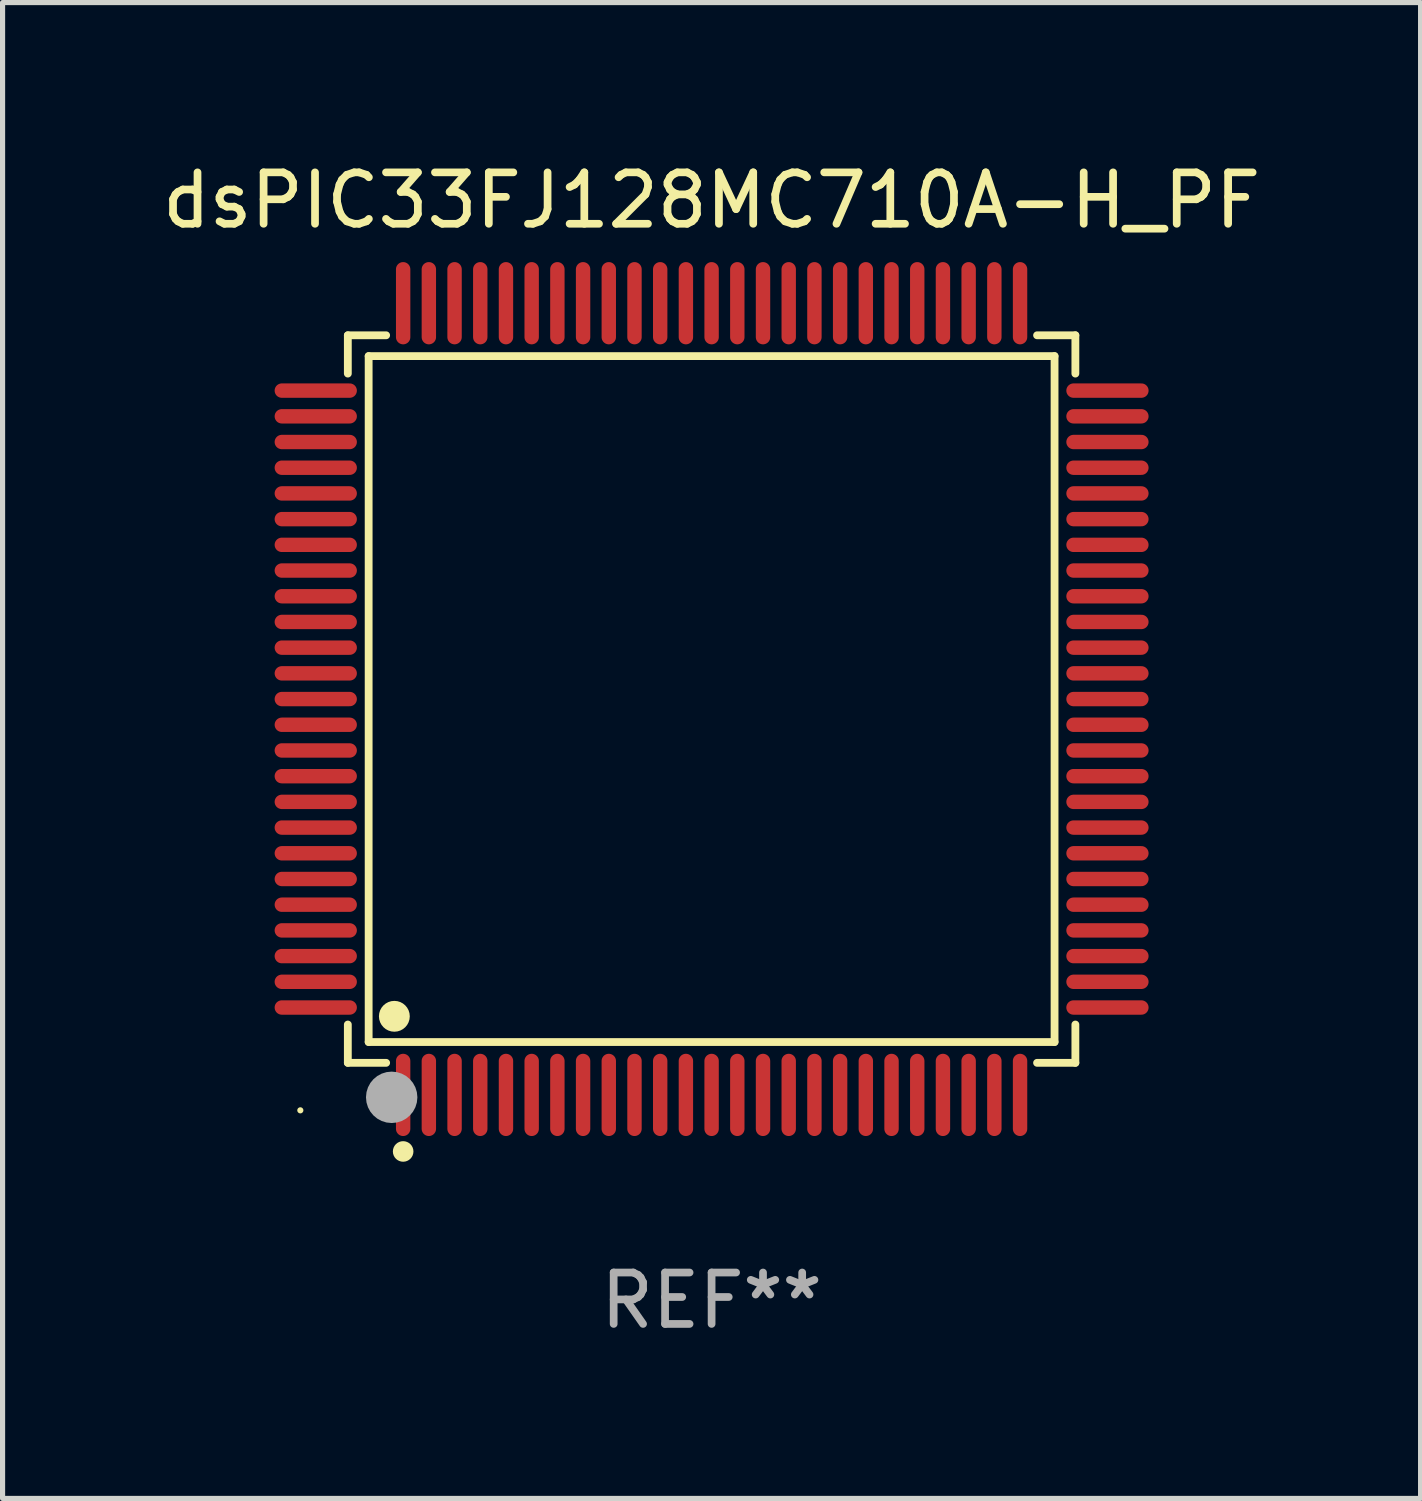
<source format=kicad_pcb>
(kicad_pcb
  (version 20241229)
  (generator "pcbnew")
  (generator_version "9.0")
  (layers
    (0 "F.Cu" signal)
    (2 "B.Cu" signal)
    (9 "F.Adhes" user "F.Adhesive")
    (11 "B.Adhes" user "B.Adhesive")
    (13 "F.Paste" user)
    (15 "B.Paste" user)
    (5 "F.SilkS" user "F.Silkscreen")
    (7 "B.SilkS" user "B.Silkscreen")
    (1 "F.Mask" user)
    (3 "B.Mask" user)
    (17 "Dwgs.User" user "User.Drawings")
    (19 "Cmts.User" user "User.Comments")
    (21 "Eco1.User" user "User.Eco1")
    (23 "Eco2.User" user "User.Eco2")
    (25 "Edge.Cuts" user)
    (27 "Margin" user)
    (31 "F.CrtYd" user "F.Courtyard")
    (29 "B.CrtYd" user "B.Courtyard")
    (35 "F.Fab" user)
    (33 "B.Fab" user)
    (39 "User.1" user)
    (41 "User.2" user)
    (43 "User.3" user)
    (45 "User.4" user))
  (footprint "dsPIC33FJ128MC710A-H_PF"
    (layer "F.Cu")
    (at 10.792 10.548)
    (property "Reference" "dsPIC33FJ128MC710A-H_PF" (at 0 -9.7 0) (layer "F.SilkS") (effects (font (size 1 1) (thickness 0.15))))
    (attr through_hole)
    (fp_line (start -7.076 -7.076) (end -6.331 -7.076) (stroke (width 0.152) (type solid)) (layer "F.SilkS"))
    (fp_line (start -7.076 -6.331) (end -7.076 -7.076) (stroke (width 0.152) (type solid)) (layer "F.SilkS"))
    (fp_line (start -7.076 6.331) (end -7.076 7.076) (stroke (width 0.152) (type solid)) (layer "F.SilkS"))
    (fp_line (start -7.076 7.076) (end -6.331 7.076) (stroke (width 0.152) (type solid)) (layer "F.SilkS"))
    (fp_line (start -6.671 -6.671) (end 6.671 -6.671) (stroke (width 0.152) (type solid)) (layer "F.SilkS"))
    (fp_line (start -6.671 6.671) (end -6.671 -6.671) (stroke (width 0.152) (type solid)) (layer "F.SilkS"))
    (fp_line (start 6.671 -6.671) (end 6.671 6.671) (stroke (width 0.152) (type solid)) (layer "F.SilkS"))
    (fp_line (start 6.671 6.671) (end -6.671 6.671) (stroke (width 0.152) (type solid)) (layer "F.SilkS"))
    (fp_line (start 7.076 -7.076) (end 6.331 -7.076) (stroke (width 0.152) (type solid)) (layer "F.SilkS"))
    (fp_line (start 7.076 -6.331) (end 7.076 -7.076) (stroke (width 0.152) (type solid)) (layer "F.SilkS"))
    (fp_line (start 7.076 6.331) (end 7.076 7.076) (stroke (width 0.152) (type solid)) (layer "F.SilkS"))
    (fp_line (start 7.076 7.076) (end 6.331 7.076) (stroke (width 0.152) (type solid)) (layer "F.SilkS"))
    (fp_circle (center -8 8) (end -7.97 8) (stroke (width 0.06) (type solid)) (fill no) (layer "F.SilkS"))
    (fp_circle (center -6.171 6.171) (end -6.021 6.171) (stroke (width 0.3) (type solid)) (fill no) (layer "F.SilkS"))
    (fp_circle (center -6 8.8) (end -5.9 8.8) (stroke (width 0.2) (type solid)) (fill no) (layer "F.SilkS"))
    (fp_circle (center -6.223 7.747) (end -5.973 7.747) (stroke (width 0.5) (type solid)) (fill no) (layer "F.Fab"))
    (fp_text user "REF**" (at 0 11.7 0) (layer "F.Fab") (effects (font (size 1 1) (thickness 0.15))))
    (pad "1" smd oval (at -6 7.7) (size 0.28 1.6) (layers "F.Cu" "F.Mask" "F.Paste"))
    (pad "2" smd oval (at -5.5 7.7) (size 0.28 1.6) (layers "F.Cu" "F.Mask" "F.Paste"))
    (pad "3" smd oval (at -5 7.7) (size 0.28 1.6) (layers "F.Cu" "F.Mask" "F.Paste"))
    (pad "4" smd oval (at -4.5 7.7) (size 0.28 1.6) (layers "F.Cu" "F.Mask" "F.Paste"))
    (pad "5" smd oval (at -4 7.7) (size 0.28 1.6) (layers "F.Cu" "F.Mask" "F.Paste"))
    (pad "6" smd oval (at -3.5 7.7) (size 0.28 1.6) (layers "F.Cu" "F.Mask" "F.Paste"))
    (pad "7" smd oval (at -3 7.7) (size 0.28 1.6) (layers "F.Cu" "F.Mask" "F.Paste"))
    (pad "8" smd oval (at -2.5 7.7) (size 0.28 1.6) (layers "F.Cu" "F.Mask" "F.Paste"))
    (pad "9" smd oval (at -2 7.7) (size 0.28 1.6) (layers "F.Cu" "F.Mask" "F.Paste"))
    (pad "10" smd oval (at -1.5 7.7) (size 0.28 1.6) (layers "F.Cu" "F.Mask" "F.Paste"))
    (pad "11" smd oval (at -1 7.7) (size 0.28 1.6) (layers "F.Cu" "F.Mask" "F.Paste"))
    (pad "12" smd oval (at -0.5 7.7) (size 0.28 1.6) (layers "F.Cu" "F.Mask" "F.Paste"))
    (pad "13" smd oval (at 0 7.7) (size 0.28 1.6) (layers "F.Cu" "F.Mask" "F.Paste"))
    (pad "14" smd oval (at 0.5 7.7) (size 0.28 1.6) (layers "F.Cu" "F.Mask" "F.Paste"))
    (pad "15" smd oval (at 1 7.7) (size 0.28 1.6) (layers "F.Cu" "F.Mask" "F.Paste"))
    (pad "16" smd oval (at 1.5 7.7) (size 0.28 1.6) (layers "F.Cu" "F.Mask" "F.Paste"))
    (pad "17" smd oval (at 2 7.7) (size 0.28 1.6) (layers "F.Cu" "F.Mask" "F.Paste"))
    (pad "18" smd oval (at 2.5 7.7) (size 0.28 1.6) (layers "F.Cu" "F.Mask" "F.Paste"))
    (pad "19" smd oval (at 3 7.7) (size 0.28 1.6) (layers "F.Cu" "F.Mask" "F.Paste"))
    (pad "20" smd oval (at 3.5 7.7) (size 0.28 1.6) (layers "F.Cu" "F.Mask" "F.Paste"))
    (pad "21" smd oval (at 4 7.7) (size 0.28 1.6) (layers "F.Cu" "F.Mask" "F.Paste"))
    (pad "22" smd oval (at 4.5 7.7) (size 0.28 1.6) (layers "F.Cu" "F.Mask" "F.Paste"))
    (pad "23" smd oval (at 5 7.7) (size 0.28 1.6) (layers "F.Cu" "F.Mask" "F.Paste"))
    (pad "24" smd oval (at 5.5 7.7) (size 0.28 1.6) (layers "F.Cu" "F.Mask" "F.Paste"))
    (pad "25" smd oval (at 6 7.7) (size 0.28 1.6) (layers "F.Cu" "F.Mask" "F.Paste"))
    (pad "26" smd oval (at 7.7 6) (size 1.6 0.28) (layers "F.Cu" "F.Mask" "F.Paste"))
    (pad "27" smd oval (at 7.7 5.5) (size 1.6 0.28) (layers "F.Cu" "F.Mask" "F.Paste"))
    (pad "28" smd oval (at 7.7 5) (size 1.6 0.28) (layers "F.Cu" "F.Mask" "F.Paste"))
    (pad "29" smd oval (at 7.7 4.5) (size 1.6 0.28) (layers "F.Cu" "F.Mask" "F.Paste"))
    (pad "30" smd oval (at 7.7 4) (size 1.6 0.28) (layers "F.Cu" "F.Mask" "F.Paste"))
    (pad "31" smd oval (at 7.7 3.5) (size 1.6 0.28) (layers "F.Cu" "F.Mask" "F.Paste"))
    (pad "32" smd oval (at 7.7 3) (size 1.6 0.28) (layers "F.Cu" "F.Mask" "F.Paste"))
    (pad "33" smd oval (at 7.7 2.5) (size 1.6 0.28) (layers "F.Cu" "F.Mask" "F.Paste"))
    (pad "34" smd oval (at 7.7 2) (size 1.6 0.28) (layers "F.Cu" "F.Mask" "F.Paste"))
    (pad "35" smd oval (at 7.7 1.5) (size 1.6 0.28) (layers "F.Cu" "F.Mask" "F.Paste"))
    (pad "36" smd oval (at 7.7 1) (size 1.6 0.28) (layers "F.Cu" "F.Mask" "F.Paste"))
    (pad "37" smd oval (at 7.7 0.5) (size 1.6 0.28) (layers "F.Cu" "F.Mask" "F.Paste"))
    (pad "38" smd oval (at 7.7 0) (size 1.6 0.28) (layers "F.Cu" "F.Mask" "F.Paste"))
    (pad "39" smd oval (at 7.7 -0.5) (size 1.6 0.28) (layers "F.Cu" "F.Mask" "F.Paste"))
    (pad "40" smd oval (at 7.7 -1) (size 1.6 0.28) (layers "F.Cu" "F.Mask" "F.Paste"))
    (pad "41" smd oval (at 7.7 -1.5) (size 1.6 0.28) (layers "F.Cu" "F.Mask" "F.Paste"))
    (pad "42" smd oval (at 7.7 -2) (size 1.6 0.28) (layers "F.Cu" "F.Mask" "F.Paste"))
    (pad "43" smd oval (at 7.7 -2.5) (size 1.6 0.28) (layers "F.Cu" "F.Mask" "F.Paste"))
    (pad "44" smd oval (at 7.7 -3) (size 1.6 0.28) (layers "F.Cu" "F.Mask" "F.Paste"))
    (pad "45" smd oval (at 7.7 -3.5) (size 1.6 0.28) (layers "F.Cu" "F.Mask" "F.Paste"))
    (pad "46" smd oval (at 7.7 -4) (size 1.6 0.28) (layers "F.Cu" "F.Mask" "F.Paste"))
    (pad "47" smd oval (at 7.7 -4.5) (size 1.6 0.28) (layers "F.Cu" "F.Mask" "F.Paste"))
    (pad "48" smd oval (at 7.7 -5) (size 1.6 0.28) (layers "F.Cu" "F.Mask" "F.Paste"))
    (pad "49" smd oval (at 7.7 -5.5) (size 1.6 0.28) (layers "F.Cu" "F.Mask" "F.Paste"))
    (pad "50" smd oval (at 7.7 -6) (size 1.6 0.28) (layers "F.Cu" "F.Mask" "F.Paste"))
    (pad "51" smd oval (at 6 -7.7) (size 0.28 1.6) (layers "F.Cu" "F.Mask" "F.Paste"))
    (pad "52" smd oval (at 5.5 -7.7) (size 0.28 1.6) (layers "F.Cu" "F.Mask" "F.Paste"))
    (pad "53" smd oval (at 5 -7.7) (size 0.28 1.6) (layers "F.Cu" "F.Mask" "F.Paste"))
    (pad "54" smd oval (at 4.5 -7.7) (size 0.28 1.6) (layers "F.Cu" "F.Mask" "F.Paste"))
    (pad "55" smd oval (at 4 -7.7) (size 0.28 1.6) (layers "F.Cu" "F.Mask" "F.Paste"))
    (pad "56" smd oval (at 3.5 -7.7) (size 0.28 1.6) (layers "F.Cu" "F.Mask" "F.Paste"))
    (pad "57" smd oval (at 3 -7.7) (size 0.28 1.6) (layers "F.Cu" "F.Mask" "F.Paste"))
    (pad "58" smd oval (at 2.5 -7.7) (size 0.28 1.6) (layers "F.Cu" "F.Mask" "F.Paste"))
    (pad "59" smd oval (at 2 -7.7) (size 0.28 1.6) (layers "F.Cu" "F.Mask" "F.Paste"))
    (pad "60" smd oval (at 1.5 -7.7) (size 0.28 1.6) (layers "F.Cu" "F.Mask" "F.Paste"))
    (pad "61" smd oval (at 1 -7.7) (size 0.28 1.6) (layers "F.Cu" "F.Mask" "F.Paste"))
    (pad "62" smd oval (at 0.5 -7.7) (size 0.28 1.6) (layers "F.Cu" "F.Mask" "F.Paste"))
    (pad "63" smd oval (at 0 -7.7) (size 0.28 1.6) (layers "F.Cu" "F.Mask" "F.Paste"))
    (pad "64" smd oval (at -0.5 -7.7) (size 0.28 1.6) (layers "F.Cu" "F.Mask" "F.Paste"))
    (pad "65" smd oval (at -1 -7.7) (size 0.28 1.6) (layers "F.Cu" "F.Mask" "F.Paste"))
    (pad "66" smd oval (at -1.5 -7.7) (size 0.28 1.6) (layers "F.Cu" "F.Mask" "F.Paste"))
    (pad "67" smd oval (at -2 -7.7) (size 0.28 1.6) (layers "F.Cu" "F.Mask" "F.Paste"))
    (pad "68" smd oval (at -2.5 -7.7) (size 0.28 1.6) (layers "F.Cu" "F.Mask" "F.Paste"))
    (pad "69" smd oval (at -3 -7.7) (size 0.28 1.6) (layers "F.Cu" "F.Mask" "F.Paste"))
    (pad "70" smd oval (at -3.5 -7.7) (size 0.28 1.6) (layers "F.Cu" "F.Mask" "F.Paste"))
    (pad "71" smd oval (at -4 -7.7) (size 0.28 1.6) (layers "F.Cu" "F.Mask" "F.Paste"))
    (pad "72" smd oval (at -4.5 -7.7) (size 0.28 1.6) (layers "F.Cu" "F.Mask" "F.Paste"))
    (pad "73" smd oval (at -5 -7.7) (size 0.28 1.6) (layers "F.Cu" "F.Mask" "F.Paste"))
    (pad "74" smd oval (at -5.5 -7.7) (size 0.28 1.6) (layers "F.Cu" "F.Mask" "F.Paste"))
    (pad "75" smd oval (at -6 -7.7) (size 0.28 1.6) (layers "F.Cu" "F.Mask" "F.Paste"))
    (pad "76" smd oval (at -7.7 -6) (size 1.6 0.28) (layers "F.Cu" "F.Mask" "F.Paste"))
    (pad "77" smd oval (at -7.7 -5.5) (size 1.6 0.28) (layers "F.Cu" "F.Mask" "F.Paste"))
    (pad "78" smd oval (at -7.7 -5) (size 1.6 0.28) (layers "F.Cu" "F.Mask" "F.Paste"))
    (pad "79" smd oval (at -7.7 -4.5) (size 1.6 0.28) (layers "F.Cu" "F.Mask" "F.Paste"))
    (pad "80" smd oval (at -7.7 -4) (size 1.6 0.28) (layers "F.Cu" "F.Mask" "F.Paste"))
    (pad "81" smd oval (at -7.7 -3.5) (size 1.6 0.28) (layers "F.Cu" "F.Mask" "F.Paste"))
    (pad "82" smd oval (at -7.7 -3) (size 1.6 0.28) (layers "F.Cu" "F.Mask" "F.Paste"))
    (pad "83" smd oval (at -7.7 -2.5) (size 1.6 0.28) (layers "F.Cu" "F.Mask" "F.Paste"))
    (pad "84" smd oval (at -7.7 -2) (size 1.6 0.28) (layers "F.Cu" "F.Mask" "F.Paste"))
    (pad "85" smd oval (at -7.7 -1.5) (size 1.6 0.28) (layers "F.Cu" "F.Mask" "F.Paste"))
    (pad "86" smd oval (at -7.7 -1) (size 1.6 0.28) (layers "F.Cu" "F.Mask" "F.Paste"))
    (pad "87" smd oval (at -7.7 -0.5) (size 1.6 0.28) (layers "F.Cu" "F.Mask" "F.Paste"))
    (pad "88" smd oval (at -7.7 0) (size 1.6 0.28) (layers "F.Cu" "F.Mask" "F.Paste"))
    (pad "89" smd oval (at -7.7 0.5) (size 1.6 0.28) (layers "F.Cu" "F.Mask" "F.Paste"))
    (pad "90" smd oval (at -7.7 1) (size 1.6 0.28) (layers "F.Cu" "F.Mask" "F.Paste"))
    (pad "91" smd oval (at -7.7 1.5) (size 1.6 0.28) (layers "F.Cu" "F.Mask" "F.Paste"))
    (pad "92" smd oval (at -7.7 2) (size 1.6 0.28) (layers "F.Cu" "F.Mask" "F.Paste"))
    (pad "93" smd oval (at -7.7 2.5) (size 1.6 0.28) (layers "F.Cu" "F.Mask" "F.Paste"))
    (pad "94" smd oval (at -7.7 3) (size 1.6 0.28) (layers "F.Cu" "F.Mask" "F.Paste"))
    (pad "95" smd oval (at -7.7 3.5) (size 1.6 0.28) (layers "F.Cu" "F.Mask" "F.Paste"))
    (pad "96" smd oval (at -7.7 4) (size 1.6 0.28) (layers "F.Cu" "F.Mask" "F.Paste"))
    (pad "97" smd oval (at -7.7 4.5) (size 1.6 0.28) (layers "F.Cu" "F.Mask" "F.Paste"))
    (pad "98" smd oval (at -7.7 5) (size 1.6 0.28) (layers "F.Cu" "F.Mask" "F.Paste"))
    (pad "99" smd oval (at -7.7 5.5) (size 1.6 0.28) (layers "F.Cu" "F.Mask" "F.Paste"))
    (pad "100" smd oval (at -7.7 6) (size 1.6 0.28) (layers "F.Cu" "F.Mask" "F.Paste")))
  (gr_rect
    (start -3 -3)
    (end 24.583 26.097)
    (stroke (width 0.1) (type default))
    (fill no)
    (layer "Edge.Cuts")))
</source>
